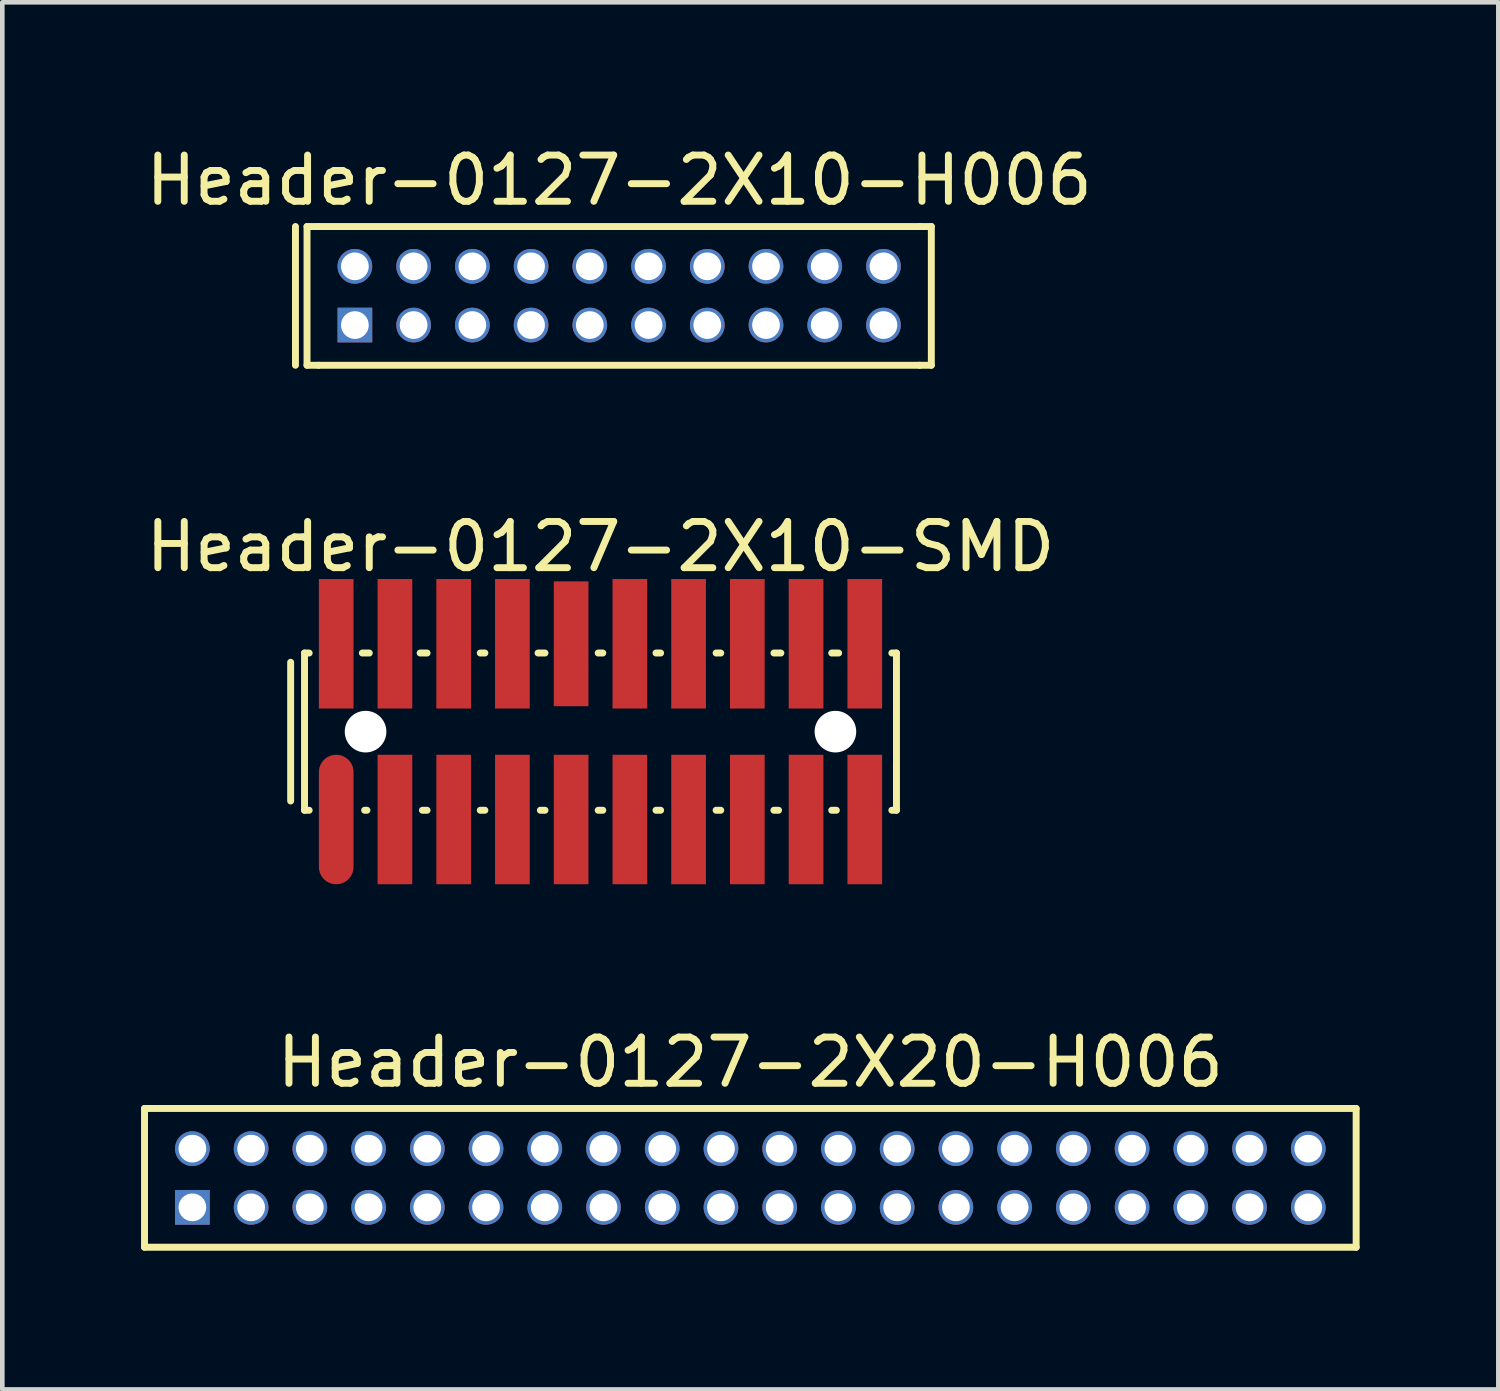
<source format=kicad_pcb>
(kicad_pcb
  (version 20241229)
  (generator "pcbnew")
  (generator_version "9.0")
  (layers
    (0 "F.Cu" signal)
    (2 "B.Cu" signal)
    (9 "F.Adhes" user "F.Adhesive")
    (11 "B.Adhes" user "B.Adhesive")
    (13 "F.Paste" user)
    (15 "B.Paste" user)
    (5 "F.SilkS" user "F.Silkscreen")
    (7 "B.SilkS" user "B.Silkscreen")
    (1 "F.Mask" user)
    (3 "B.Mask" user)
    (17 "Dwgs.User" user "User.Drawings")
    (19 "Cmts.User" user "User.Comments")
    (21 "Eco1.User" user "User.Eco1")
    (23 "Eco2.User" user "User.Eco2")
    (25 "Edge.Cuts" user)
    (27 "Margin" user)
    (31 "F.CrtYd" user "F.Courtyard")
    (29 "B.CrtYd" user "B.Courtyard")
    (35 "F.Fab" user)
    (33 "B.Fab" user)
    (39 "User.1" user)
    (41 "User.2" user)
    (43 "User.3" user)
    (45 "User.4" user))
  (footprint "Header-0127-2X20-H006"
    (layer "F.Cu")
    (at 13.175 22.42)
    (property "Reference" "Header-0127-2X20-H006" (at 0 -2.5 0) (layer "F.SilkS") (effects (font (size 1 1) (thickness 0.15))))
    (attr through_hole)
    (fp_line (start -13.1 -1.5) (end -13.1 1.5) (stroke (width 0.15) (type solid)) (layer "F.SilkS"))
    (fp_line (start -13.1 -1.5) (end 13.1 -1.5) (stroke (width 0.15) (type solid)) (layer "F.SilkS"))
    (fp_line (start 13.1 -1.5) (end 13.1 1.5) (stroke (width 0.15) (type solid)) (layer "F.SilkS"))
    (fp_line (start 13.1 1.5) (end -13.1 1.5) (stroke (width 0.15) (type solid)) (layer "F.SilkS"))
    (pad "1" thru_hole rect (at -12.065 0.638) (size 0.75 0.75) (drill 0.6) (layers "*.Cu" "*.Mask"))
    (pad "2" thru_hole circle (at -12.065 -0.632) (size 0.75 0.75) (drill 0.6) (layers "*.Cu" "*.Mask"))
    (pad "3" thru_hole circle (at -10.795 0.638) (size 0.75 0.75) (drill 0.6) (layers "*.Cu" "*.Mask"))
    (pad "4" thru_hole circle (at -10.795 -0.632) (size 0.75 0.75) (drill 0.6) (layers "*.Cu" "*.Mask"))
    (pad "5" thru_hole circle (at -9.525 0.638) (size 0.75 0.75) (drill 0.6) (layers "*.Cu" "*.Mask"))
    (pad "6" thru_hole circle (at -9.525 -0.632) (size 0.75 0.75) (drill 0.6) (layers "*.Cu" "*.Mask"))
    (pad "7" thru_hole circle (at -8.255 0.638) (size 0.75 0.75) (drill 0.6) (layers "*.Cu" "*.Mask"))
    (pad "8" thru_hole circle (at -8.255 -0.632) (size 0.75 0.75) (drill 0.6) (layers "*.Cu" "*.Mask"))
    (pad "9" thru_hole circle (at -6.985 0.638) (size 0.75 0.75) (drill 0.6) (layers "*.Cu" "*.Mask"))
    (pad "10" thru_hole circle (at -6.985 -0.632) (size 0.75 0.75) (drill 0.6) (layers "*.Cu" "*.Mask"))
    (pad "11" thru_hole circle (at -5.715 0.638) (size 0.75 0.75) (drill 0.6) (layers "*.Cu" "*.Mask"))
    (pad "12" thru_hole circle (at -5.715 -0.632) (size 0.75 0.75) (drill 0.6) (layers "*.Cu" "*.Mask"))
    (pad "13" thru_hole circle (at -4.445 0.638) (size 0.75 0.75) (drill 0.6) (layers "*.Cu" "*.Mask"))
    (pad "14" thru_hole circle (at -4.445 -0.632) (size 0.75 0.75) (drill 0.6) (layers "*.Cu" "*.Mask"))
    (pad "15" thru_hole circle (at -3.175 0.638) (size 0.75 0.75) (drill 0.6) (layers "*.Cu" "*.Mask"))
    (pad "16" thru_hole circle (at -3.175 -0.632) (size 0.75 0.75) (drill 0.6) (layers "*.Cu" "*.Mask"))
    (pad "17" thru_hole circle (at -1.905 0.638) (size 0.75 0.75) (drill 0.6) (layers "*.Cu" "*.Mask"))
    (pad "18" thru_hole circle (at -1.905 -0.632) (size 0.75 0.75) (drill 0.6) (layers "*.Cu" "*.Mask"))
    (pad "19" thru_hole circle (at -0.635 0.638) (size 0.75 0.75) (drill 0.6) (layers "*.Cu" "*.Mask"))
    (pad "20" thru_hole circle (at -0.635 -0.632) (size 0.75 0.75) (drill 0.6) (layers "*.Cu" "*.Mask"))
    (pad "21" thru_hole circle (at 0.635 0.638) (size 0.75 0.75) (drill 0.6) (layers "*.Cu" "*.Mask"))
    (pad "22" thru_hole circle (at 0.635 -0.632) (size 0.75 0.75) (drill 0.6) (layers "*.Cu" "*.Mask"))
    (pad "23" thru_hole circle (at 1.905 0.638) (size 0.75 0.75) (drill 0.6) (layers "*.Cu" "*.Mask"))
    (pad "24" thru_hole circle (at 1.905 -0.632) (size 0.75 0.75) (drill 0.6) (layers "*.Cu" "*.Mask"))
    (pad "25" thru_hole circle (at 3.175 0.638) (size 0.75 0.75) (drill 0.6) (layers "*.Cu" "*.Mask"))
    (pad "26" thru_hole circle (at 3.175 -0.632) (size 0.75 0.75) (drill 0.6) (layers "*.Cu" "*.Mask"))
    (pad "27" thru_hole circle (at 4.445 0.638) (size 0.75 0.75) (drill 0.6) (layers "*.Cu" "*.Mask"))
    (pad "28" thru_hole circle (at 4.445 -0.632) (size 0.75 0.75) (drill 0.6) (layers "*.Cu" "*.Mask"))
    (pad "29" thru_hole circle (at 5.715 0.638) (size 0.75 0.75) (drill 0.6) (layers "*.Cu" "*.Mask"))
    (pad "30" thru_hole circle (at 5.715 -0.632) (size 0.75 0.75) (drill 0.6) (layers "*.Cu" "*.Mask"))
    (pad "31" thru_hole circle (at 6.985 0.638) (size 0.75 0.75) (drill 0.6) (layers "*.Cu" "*.Mask"))
    (pad "32" thru_hole circle (at 6.985 -0.632) (size 0.75 0.75) (drill 0.6) (layers "*.Cu" "*.Mask"))
    (pad "33" thru_hole circle (at 8.255 0.638) (size 0.75 0.75) (drill 0.6) (layers "*.Cu" "*.Mask"))
    (pad "34" thru_hole circle (at 8.255 -0.632) (size 0.75 0.75) (drill 0.6) (layers "*.Cu" "*.Mask"))
    (pad "35" thru_hole circle (at 9.525 0.638) (size 0.75 0.75) (drill 0.6) (layers "*.Cu" "*.Mask"))
    (pad "36" thru_hole circle (at 9.525 -0.632) (size 0.75 0.75) (drill 0.6) (layers "*.Cu" "*.Mask"))
    (pad "37" thru_hole circle (at 10.795 0.638) (size 0.75 0.75) (drill 0.6) (layers "*.Cu" "*.Mask"))
    (pad "38" thru_hole circle (at 10.795 -0.632) (size 0.75 0.75) (drill 0.6) (layers "*.Cu" "*.Mask"))
    (pad "39" thru_hole circle (at 12.065 0.638) (size 0.75 0.75) (drill 0.6) (layers "*.Cu" "*.Mask"))
    (pad "40" thru_hole circle (at 12.065 -0.632) (size 0.75 0.75) (drill 0.6) (layers "*.Cu" "*.Mask")))
  (footprint "Header-0127-2X10-H006"
    (layer "F.Cu")
    (at 10.339 3.348)
    (property "Reference" "Header-0127-2X10-H006" (at 0 -2.5 0) (layer "F.SilkS") (effects (font (size 1 1) (thickness 0.15))))
    (attr through_hole)
    (fp_line (start -7 -1.5) (end -7 1.5) (stroke (width 0.15) (type solid)) (layer "F.SilkS"))
    (fp_line (start -6.75 -1.5) (end -6.75 1.5) (stroke (width 0.15) (type solid)) (layer "F.SilkS"))
    (fp_line (start -6.75 1.5) (end -6.5 1.5) (stroke (width 0.15) (type solid)) (layer "F.SilkS"))
    (fp_line (start -6.5 -1.5) (end -6.75 -1.5) (stroke (width 0.15) (type solid)) (layer "F.SilkS"))
    (fp_line (start -6.5 -1.5) (end 6.5 -1.5) (stroke (width 0.15) (type solid)) (layer "F.SilkS"))
    (fp_line (start 6.5 1.5) (end -6.5 1.5) (stroke (width 0.15) (type solid)) (layer "F.SilkS"))
    (fp_line (start 6.5 1.5) (end 6.75 1.5) (stroke (width 0.15) (type solid)) (layer "F.SilkS"))
    (fp_line (start 6.75 -1.5) (end 6.5 -1.5) (stroke (width 0.15) (type solid)) (layer "F.SilkS"))
    (fp_line (start 6.75 1.5) (end 6.75 -1.5) (stroke (width 0.15) (type solid)) (layer "F.SilkS"))
    (pad "1" thru_hole rect (at -5.715 0.631) (size 0.75 0.75) (drill 0.6) (layers "*.Cu" "*.Mask"))
    (pad "2" thru_hole circle (at -5.715 -0.639) (size 0.75 0.75) (drill 0.6) (layers "*.Cu" "*.Mask"))
    (pad "3" thru_hole circle (at -4.445 0.631) (size 0.75 0.75) (drill 0.6) (layers "*.Cu" "*.Mask"))
    (pad "4" thru_hole circle (at -4.445 -0.639) (size 0.75 0.75) (drill 0.6) (layers "*.Cu" "*.Mask"))
    (pad "5" thru_hole circle (at -3.175 0.631) (size 0.75 0.75) (drill 0.6) (layers "*.Cu" "*.Mask"))
    (pad "6" thru_hole circle (at -3.175 -0.639) (size 0.75 0.75) (drill 0.6) (layers "*.Cu" "*.Mask"))
    (pad "7" thru_hole circle (at -1.905 0.631) (size 0.75 0.75) (drill 0.6) (layers "*.Cu" "*.Mask"))
    (pad "8" thru_hole circle (at -1.905 -0.639) (size 0.75 0.75) (drill 0.6) (layers "*.Cu" "*.Mask"))
    (pad "9" thru_hole circle (at -0.635 0.631) (size 0.75 0.75) (drill 0.6) (layers "*.Cu" "*.Mask"))
    (pad "10" thru_hole circle (at -0.635 -0.639) (size 0.75 0.75) (drill 0.6) (layers "*.Cu" "*.Mask"))
    (pad "11" thru_hole circle (at 0.635 0.631) (size 0.75 0.75) (drill 0.6) (layers "*.Cu" "*.Mask"))
    (pad "12" thru_hole circle (at 0.635 -0.639) (size 0.75 0.75) (drill 0.6) (layers "*.Cu" "*.Mask"))
    (pad "13" thru_hole circle (at 1.905 0.631) (size 0.75 0.75) (drill 0.6) (layers "*.Cu" "*.Mask"))
    (pad "14" thru_hole circle (at 1.905 -0.639) (size 0.75 0.75) (drill 0.6) (layers "*.Cu" "*.Mask"))
    (pad "15" thru_hole circle (at 3.175 0.631) (size 0.75 0.75) (drill 0.6) (layers "*.Cu" "*.Mask"))
    (pad "16" thru_hole circle (at 3.175 -0.639) (size 0.75 0.75) (drill 0.6) (layers "*.Cu" "*.Mask"))
    (pad "17" thru_hole circle (at 4.445 0.631) (size 0.75 0.75) (drill 0.6) (layers "*.Cu" "*.Mask"))
    (pad "18" thru_hole circle (at 4.445 -0.639) (size 0.75 0.75) (drill 0.6) (layers "*.Cu" "*.Mask"))
    (pad "19" thru_hole circle (at 5.715 0.631) (size 0.75 0.75) (drill 0.6) (layers "*.Cu" "*.Mask"))
    (pad "20" thru_hole circle (at 5.715 -0.639) (size 0.75 0.75) (drill 0.6) (layers "*.Cu" "*.Mask")))
  (footprint "Header-0127-2X10-SMD"
    (layer "F.Cu")
    (at 9.935 12.771)
    (property "Reference" "Header-0127-2X10-SMD" (at 0 -4 0) (layer "F.SilkS") (effects (font (size 1 1) (thickness 0.15))))
    (attr through_hole)
    (fp_line (start -6.7 -1.5) (end -6.7 1.5) (stroke (width 0.15) (type solid)) (layer "F.SilkS"))
    (fp_line (start -6.4 -1.7) (end -6.3 -1.7) (stroke (width 0.15) (type solid)) (layer "F.SilkS"))
    (fp_line (start -6.4 1.7) (end -6.4 -1.7) (stroke (width 0.15) (type solid)) (layer "F.SilkS"))
    (fp_line (start -6.3 1.7) (end -6.4 1.7) (stroke (width 0.15) (type solid)) (layer "F.SilkS"))
    (fp_line (start -5.15 -1.7) (end -5 -1.7) (stroke (width 0.15) (type solid)) (layer "F.SilkS"))
    (fp_line (start -5.1 1.7) (end -5.05 1.7) (stroke (width 0.15) (type solid)) (layer "F.SilkS"))
    (fp_line (start -3.9 -1.7) (end -3.75 -1.7) (stroke (width 0.15) (type solid)) (layer "F.SilkS"))
    (fp_line (start -3.85 1.7) (end -3.75 1.7) (stroke (width 0.15) (type solid)) (layer "F.SilkS"))
    (fp_line (start -2.6 -1.7) (end -2.5 -1.7) (stroke (width 0.15) (type solid)) (layer "F.SilkS"))
    (fp_line (start -2.6 1.7) (end -2.5 1.7) (stroke (width 0.15) (type solid)) (layer "F.SilkS"))
    (fp_line (start -1.35 -1.7) (end -1.2 -1.7) (stroke (width 0.15) (type solid)) (layer "F.SilkS"))
    (fp_line (start -1.3 1.7) (end -1.2 1.7) (stroke (width 0.15) (type solid)) (layer "F.SilkS"))
    (fp_line (start -0.05 -1.7) (end 0.05 -1.7) (stroke (width 0.15) (type solid)) (layer "F.SilkS"))
    (fp_line (start -0.05 1.7) (end 0.05 1.7) (stroke (width 0.15) (type solid)) (layer "F.SilkS"))
    (fp_line (start 1.2 -1.7) (end 1.3 -1.7) (stroke (width 0.15) (type solid)) (layer "F.SilkS"))
    (fp_line (start 1.2 1.7) (end 1.3 1.7) (stroke (width 0.15) (type solid)) (layer "F.SilkS"))
    (fp_line (start 2.5 -1.7) (end 2.6 -1.7) (stroke (width 0.15) (type solid)) (layer "F.SilkS"))
    (fp_line (start 2.5 1.7) (end 2.6 1.7) (stroke (width 0.15) (type solid)) (layer "F.SilkS"))
    (fp_line (start 3.75 -1.7) (end 3.9 -1.7) (stroke (width 0.15) (type solid)) (layer "F.SilkS"))
    (fp_line (start 3.75 1.7) (end 3.85 1.7) (stroke (width 0.15) (type solid)) (layer "F.SilkS"))
    (fp_line (start 5 -1.7) (end 5.15 -1.7) (stroke (width 0.15) (type solid)) (layer "F.SilkS"))
    (fp_line (start 5 1.7) (end 5.1 1.7) (stroke (width 0.15) (type solid)) (layer "F.SilkS"))
    (fp_line (start 6.3 1.7) (end 6.4 1.7) (stroke (width 0.15) (type solid)) (layer "F.SilkS"))
    (fp_line (start 6.4 -1.7) (end 6.3 -1.7) (stroke (width 0.15) (type solid)) (layer "F.SilkS"))
    (fp_line (start 6.4 1.7) (end 6.4 -1.7) (stroke (width 0.15) (type solid)) (layer "F.SilkS"))
    (pad "" np_thru_hole circle (at -5.08 0) (size 0.9 0.9) (drill 0.9) (layers "*.Cu" "*.Mask"))
    (pad "" np_thru_hole circle (at 5.08 0) (size 0.9 0.9) (drill 0.9) (layers "*.Cu" "*.Mask"))
    (pad "1" smd oval (at -5.715 1.9) (size 0.75 2.8) (layers "F.Cu" "F.Mask" "F.Paste"))
    (pad "2" smd rect (at -5.715 -1.9) (size 0.75 2.8) (layers "F.Cu" "F.Mask" "F.Paste"))
    (pad "3" smd rect (at -4.445 1.9) (size 0.75 2.8) (layers "F.Cu" "F.Mask" "F.Paste"))
    (pad "4" smd rect (at -4.445 -1.9) (size 0.75 2.8) (layers "F.Cu" "F.Mask" "F.Paste"))
    (pad "5" smd rect (at -3.175 1.9) (size 0.75 2.8) (layers "F.Cu" "F.Mask" "F.Paste"))
    (pad "6" smd rect (at -3.175 -1.9) (size 0.75 2.8) (layers "F.Cu" "F.Mask" "F.Paste"))
    (pad "7" smd rect (at -1.905 1.9) (size 0.75 2.8) (layers "F.Cu" "F.Mask" "F.Paste"))
    (pad "8" smd rect (at -1.905 -1.9) (size 0.75 2.8) (layers "F.Cu" "F.Mask" "F.Paste"))
    (pad "9" smd rect (at -0.635 1.9) (size 0.75 2.8) (layers "F.Cu" "F.Mask" "F.Paste"))
    (pad "10" smd rect (at -0.635 -1.9) (size 0.75 2.7) (layers "F.Cu" "F.Mask" "F.Paste"))
    (pad "11" smd rect (at 0.635 1.9) (size 0.75 2.8) (layers "F.Cu" "F.Mask" "F.Paste"))
    (pad "12" smd rect (at 0.635 -1.9) (size 0.75 2.8) (layers "F.Cu" "F.Mask" "F.Paste"))
    (pad "13" smd rect (at 1.905 1.9) (size 0.75 2.8) (layers "F.Cu" "F.Mask" "F.Paste"))
    (pad "14" smd rect (at 1.905 -1.9) (size 0.75 2.8) (layers "F.Cu" "F.Mask" "F.Paste"))
    (pad "15" smd rect (at 3.175 1.9) (size 0.75 2.8) (layers "F.Cu" "F.Mask" "F.Paste"))
    (pad "16" smd rect (at 3.175 -1.9) (size 0.75 2.8) (layers "F.Cu" "F.Mask" "F.Paste"))
    (pad "17" smd rect (at 4.445 1.9) (size 0.75 2.8) (layers "F.Cu" "F.Mask" "F.Paste"))
    (pad "18" smd rect (at 4.445 -1.9) (size 0.75 2.8) (layers "F.Cu" "F.Mask" "F.Paste"))
    (pad "19" smd rect (at 5.715 1.9) (size 0.75 2.8) (layers "F.Cu" "F.Mask" "F.Paste"))
    (pad "20" smd rect (at 5.715 -1.9) (size 0.75 2.8) (layers "F.Cu" "F.Mask" "F.Paste")))
  (gr_rect
    (start -3 -3)
    (end 29.35 26.995)
    (stroke (width 0.1) (type default))
    (fill no)
    (layer "Edge.Cuts")))
</source>
